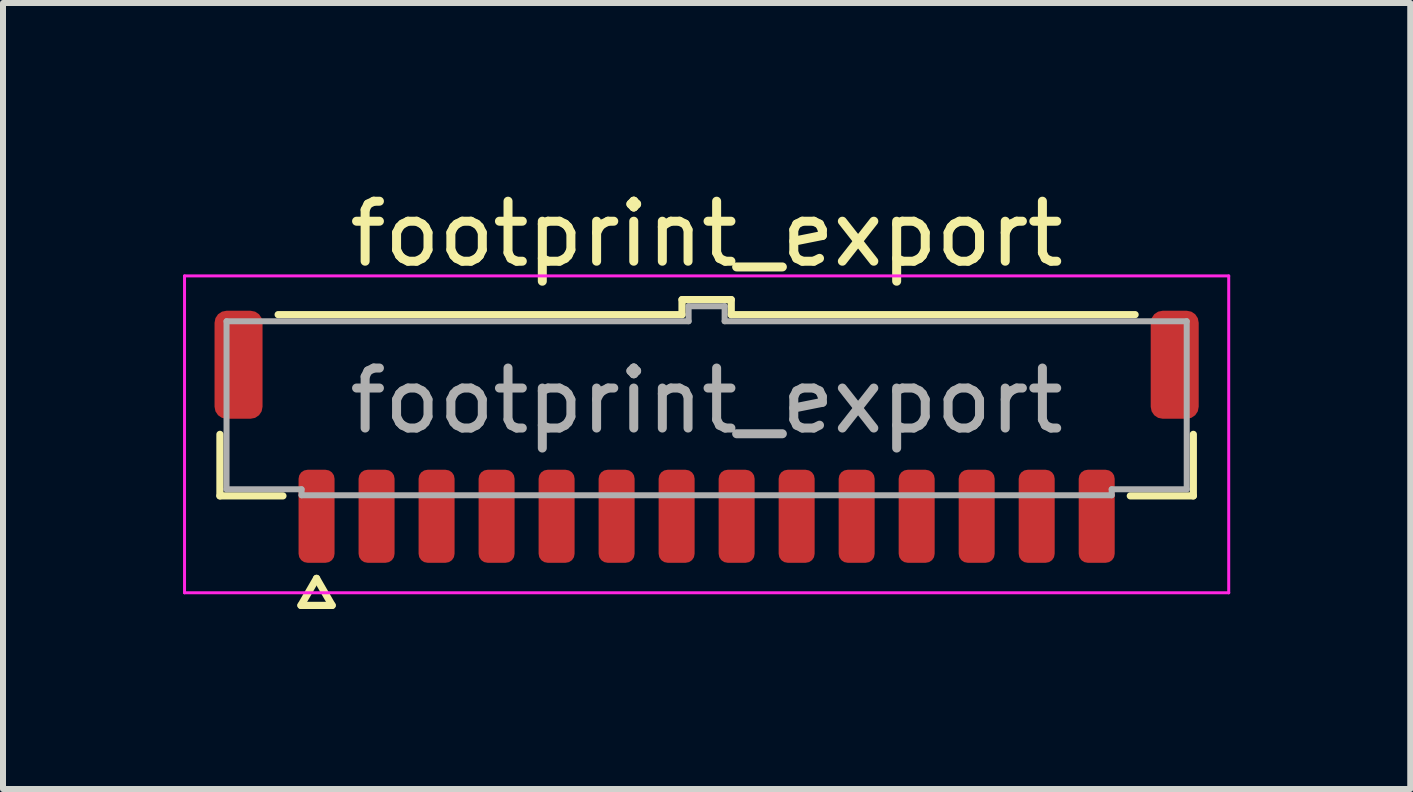
<source format=kicad_pcb>
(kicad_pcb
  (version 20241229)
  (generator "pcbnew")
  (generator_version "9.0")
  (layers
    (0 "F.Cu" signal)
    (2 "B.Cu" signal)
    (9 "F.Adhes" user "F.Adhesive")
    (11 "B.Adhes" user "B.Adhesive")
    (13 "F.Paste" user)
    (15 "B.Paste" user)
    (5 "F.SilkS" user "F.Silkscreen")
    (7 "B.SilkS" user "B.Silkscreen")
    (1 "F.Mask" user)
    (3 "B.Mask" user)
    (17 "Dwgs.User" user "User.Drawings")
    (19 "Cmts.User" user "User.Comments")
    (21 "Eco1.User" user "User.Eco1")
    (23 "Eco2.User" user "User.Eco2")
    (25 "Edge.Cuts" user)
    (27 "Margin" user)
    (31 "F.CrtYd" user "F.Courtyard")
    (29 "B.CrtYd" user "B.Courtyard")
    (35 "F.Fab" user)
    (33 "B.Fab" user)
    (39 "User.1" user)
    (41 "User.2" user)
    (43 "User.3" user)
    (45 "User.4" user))
  (footprint "footprint_export"
    (layer "F.Cu")
    (at 8.725 3.628)
    (property "Reference" "footprint_export" (at 0 -2.78 0) (layer "F.SilkS") (effects (font (size 1 1) (thickness 0.15))))
    (attr smd)
    (fp_line (start -8.11 1.585) (end -8.11 0.56) (stroke (width 0.12) (type solid)) (layer "F.SilkS"))
    (fp_line (start -7.14 -1.435) (end -0.41 -1.435) (stroke (width 0.12) (type solid)) (layer "F.SilkS"))
    (fp_line (start -7.06 1.585) (end -8.11 1.585) (stroke (width 0.12) (type solid)) (layer "F.SilkS"))
    (fp_line (start -6.76 3.41) (end -6.5 2.96) (stroke (width 0.12) (type solid)) (layer "F.SilkS"))
    (fp_line (start -6.5 2.96) (end -6.24 3.41) (stroke (width 0.12) (type solid)) (layer "F.SilkS"))
    (fp_line (start -6.24 3.41) (end -6.76 3.41) (stroke (width 0.12) (type solid)) (layer "F.SilkS"))
    (fp_line (start -0.41 -1.685) (end 0.41 -1.685) (stroke (width 0.12) (type solid)) (layer "F.SilkS"))
    (fp_line (start -0.41 -1.435) (end -0.41 -1.685) (stroke (width 0.12) (type solid)) (layer "F.SilkS"))
    (fp_line (start 0.41 -1.685) (end 0.41 -1.435) (stroke (width 0.12) (type solid)) (layer "F.SilkS"))
    (fp_line (start 0.41 -1.435) (end 7.14 -1.435) (stroke (width 0.12) (type solid)) (layer "F.SilkS"))
    (fp_line (start 8.11 0.56) (end 8.11 1.585) (stroke (width 0.12) (type solid)) (layer "F.SilkS"))
    (fp_line (start 8.11 1.585) (end 7.06 1.585) (stroke (width 0.12) (type solid)) (layer "F.SilkS"))
    (fp_line (start -8.7 -2.08) (end -8.7 3.2) (stroke (width 0.05) (type solid)) (layer "F.CrtYd"))
    (fp_line (start -8.7 3.2) (end 8.7 3.2) (stroke (width 0.05) (type solid)) (layer "F.CrtYd"))
    (fp_line (start 8.7 -2.08) (end -8.7 -2.08) (stroke (width 0.05) (type solid)) (layer "F.CrtYd"))
    (fp_line (start 8.7 3.2) (end 8.7 -2.08) (stroke (width 0.05) (type solid)) (layer "F.CrtYd"))
    (fp_line (start -8 -1.325) (end -0.3 -1.325) (stroke (width 0.1) (type solid)) (layer "F.Fab"))
    (fp_line (start -8 1.475) (end -8 -1.325) (stroke (width 0.1) (type solid)) (layer "F.Fab"))
    (fp_line (start -6.75 1.475) (end -8 1.475) (stroke (width 0.1) (type solid)) (layer "F.Fab"))
    (fp_line (start -6.75 1.575) (end -6.75 1.475) (stroke (width 0.1) (type solid)) (layer "F.Fab"))
    (fp_line (start -0.3 -1.575) (end 0.3 -1.575) (stroke (width 0.1) (type solid)) (layer "F.Fab"))
    (fp_line (start -0.3 -1.325) (end -0.3 -1.575) (stroke (width 0.1) (type solid)) (layer "F.Fab"))
    (fp_line (start 0.3 -1.575) (end 0.3 -1.325) (stroke (width 0.1) (type solid)) (layer "F.Fab"))
    (fp_line (start 0.3 -1.325) (end 8 -1.325) (stroke (width 0.1) (type solid)) (layer "F.Fab"))
    (fp_line (start 6.75 1.475) (end 6.75 1.575) (stroke (width 0.1) (type solid)) (layer "F.Fab"))
    (fp_line (start 6.75 1.575) (end -6.75 1.575) (stroke (width 0.1) (type solid)) (layer "F.Fab"))
    (fp_line (start 8 -1.325) (end 8 1.475) (stroke (width 0.1) (type solid)) (layer "F.Fab"))
    (fp_line (start 8 1.475) (end 6.75 1.475) (stroke (width 0.1) (type solid)) (layer "F.Fab"))
    (fp_text user "${REFERENCE}" (at 0 0 0) (layer "F.Fab") (effects (font (size 1 1) (thickness 0.15))))
    (pad "1" smd roundrect (at -6.5 1.925) (size 0.6 1.55) (layers "F.Cu" "F.Mask" "F.Paste") (roundrect_rratio 0.25))
    (pad "2" smd roundrect (at -5.5 1.925) (size 0.6 1.55) (layers "F.Cu" "F.Mask" "F.Paste") (roundrect_rratio 0.25))
    (pad "3" smd roundrect (at -4.5 1.925) (size 0.6 1.55) (layers "F.Cu" "F.Mask" "F.Paste") (roundrect_rratio 0.25))
    (pad "4" smd roundrect (at -3.5 1.925) (size 0.6 1.55) (layers "F.Cu" "F.Mask" "F.Paste") (roundrect_rratio 0.25))
    (pad "5" smd roundrect (at -2.5 1.925) (size 0.6 1.55) (layers "F.Cu" "F.Mask" "F.Paste") (roundrect_rratio 0.25))
    (pad "6" smd roundrect (at -1.5 1.925) (size 0.6 1.55) (layers "F.Cu" "F.Mask" "F.Paste") (roundrect_rratio 0.25))
    (pad "7" smd roundrect (at -0.5 1.925) (size 0.6 1.55) (layers "F.Cu" "F.Mask" "F.Paste") (roundrect_rratio 0.25))
    (pad "8" smd roundrect (at 0.5 1.925) (size 0.6 1.55) (layers "F.Cu" "F.Mask" "F.Paste") (roundrect_rratio 0.25))
    (pad "9" smd roundrect (at 1.5 1.925) (size 0.6 1.55) (layers "F.Cu" "F.Mask" "F.Paste") (roundrect_rratio 0.25))
    (pad "10" smd roundrect (at 2.5 1.925) (size 0.6 1.55) (layers "F.Cu" "F.Mask" "F.Paste") (roundrect_rratio 0.25))
    (pad "11" smd roundrect (at 3.5 1.925) (size 0.6 1.55) (layers "F.Cu" "F.Mask" "F.Paste") (roundrect_rratio 0.25))
    (pad "12" smd roundrect (at 4.5 1.925) (size 0.6 1.55) (layers "F.Cu" "F.Mask" "F.Paste") (roundrect_rratio 0.25))
    (pad "13" smd roundrect (at 5.5 1.925) (size 0.6 1.55) (layers "F.Cu" "F.Mask" "F.Paste") (roundrect_rratio 0.25))
    (pad "14" smd roundrect (at 6.5 1.925) (size 0.6 1.55) (layers "F.Cu" "F.Mask" "F.Paste") (roundrect_rratio 0.25))
    (pad "MP" smd roundrect (at -7.8 -0.6) (size 0.8 1.8) (layers "F.Cu" "F.Mask" "F.Paste") (roundrect_rratio 0.25))
    (pad "MP" smd roundrect (at 7.8 -0.6) (size 0.8 1.8) (layers "F.Cu" "F.Mask" "F.Paste") (roundrect_rratio 0.25)))
  (gr_rect
    (start -3 -3)
    (end 20.45 10.098)
    (stroke (width 0.1) (type default))
    (fill no)
    (layer "Edge.Cuts")))
</source>
